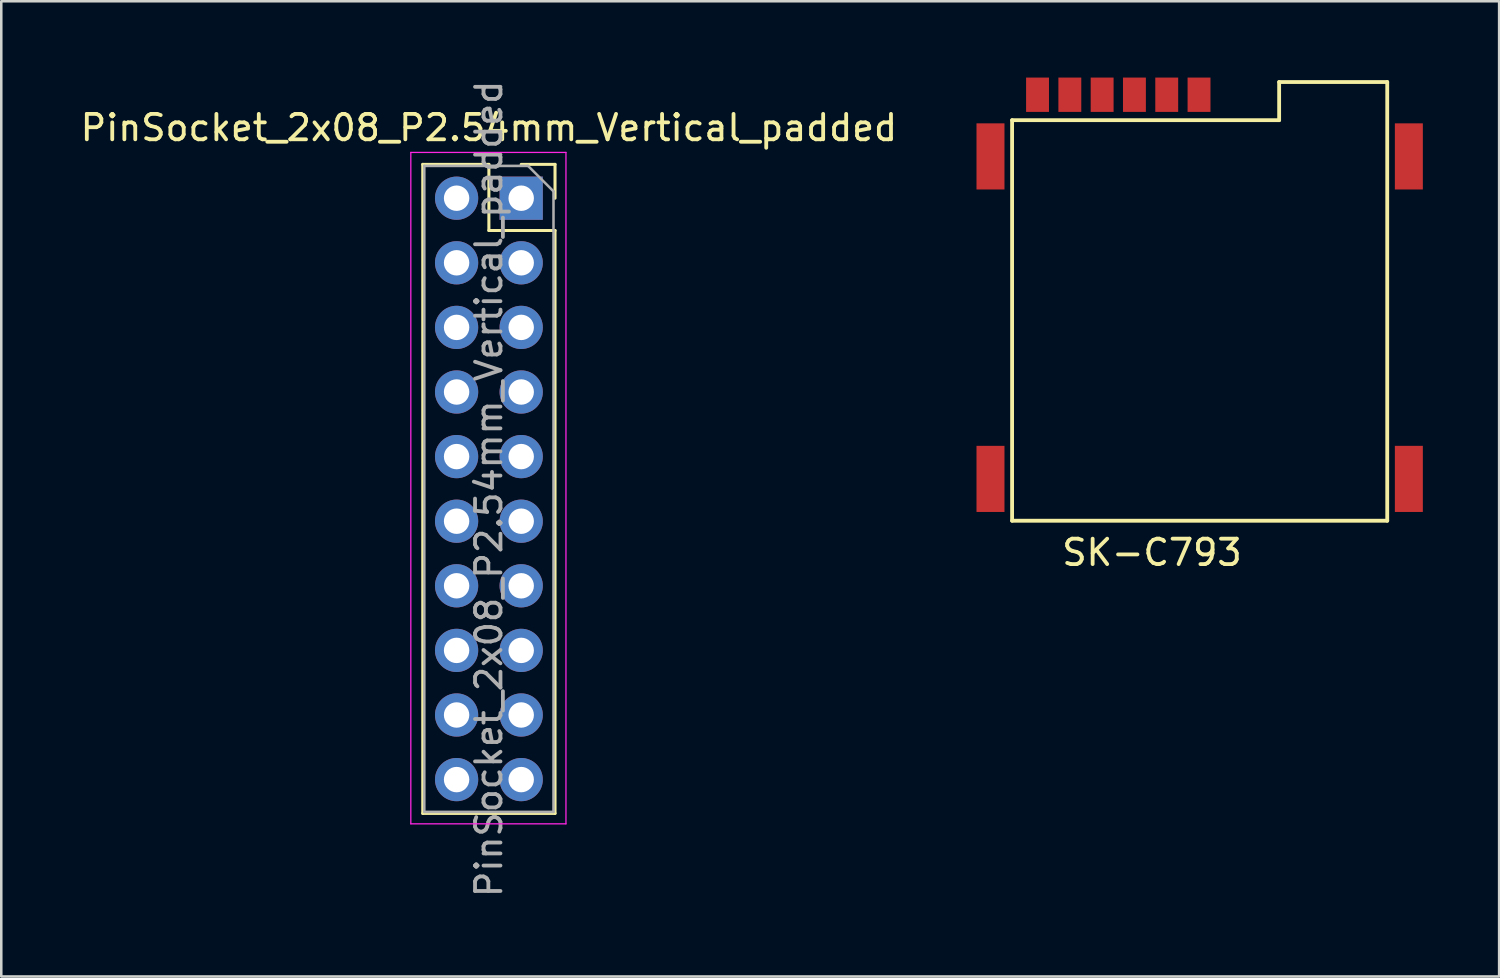
<source format=kicad_pcb>
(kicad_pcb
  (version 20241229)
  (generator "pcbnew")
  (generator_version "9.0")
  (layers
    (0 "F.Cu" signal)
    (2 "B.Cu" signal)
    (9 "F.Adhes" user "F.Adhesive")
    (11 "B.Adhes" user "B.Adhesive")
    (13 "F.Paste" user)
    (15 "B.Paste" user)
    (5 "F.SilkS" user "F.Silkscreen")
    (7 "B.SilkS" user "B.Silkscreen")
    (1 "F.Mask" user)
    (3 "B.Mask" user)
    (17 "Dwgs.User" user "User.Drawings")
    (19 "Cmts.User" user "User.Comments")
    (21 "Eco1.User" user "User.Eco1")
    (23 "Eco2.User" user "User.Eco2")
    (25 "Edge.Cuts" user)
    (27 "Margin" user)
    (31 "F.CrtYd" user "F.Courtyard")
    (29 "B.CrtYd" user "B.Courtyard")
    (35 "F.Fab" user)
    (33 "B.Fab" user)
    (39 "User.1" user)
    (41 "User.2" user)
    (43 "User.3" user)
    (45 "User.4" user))
  (footprint "SK-C793"
    (layer "F.Cu")
    (at 43.995 9.175)
    (property "Reference" "SK-C793" (at -1.75 9.5 0) (layer "F.SilkS") (effects (font (size 1 1) (thickness 0.15))))
    (attr through_hole)
    (fp_line (start -7.25 -7.5) (end -7.25 8.25) (stroke (width 0.15) (type solid)) (layer "F.SilkS"))
    (fp_line (start -7.25 8.25) (end 7.5 8.25) (stroke (width 0.15) (type solid)) (layer "F.SilkS"))
    (fp_line (start 3.25 -9) (end 3.25 -7.5) (stroke (width 0.15) (type solid)) (layer "F.SilkS"))
    (fp_line (start 3.25 -7.5) (end -7.25 -7.5) (stroke (width 0.15) (type solid)) (layer "F.SilkS"))
    (fp_line (start 7.5 -9) (end 3.25 -9) (stroke (width 0.15) (type solid)) (layer "F.SilkS"))
    (fp_line (start 7.5 8.25) (end 7.5 -9) (stroke (width 0.15) (type solid)) (layer "F.SilkS"))
    (pad "1" smd rect (at -4.98 -8.5) (size 0.9 1.35) (layers "F.Cu" "F.Mask" "F.Paste"))
    (pad "2" smd rect (at -2.44 -8.5) (size 0.9 1.35) (layers "F.Cu" "F.Mask" "F.Paste"))
    (pad "3" smd rect (at 0.1 -8.5) (size 0.9 1.35) (layers "F.Cu" "F.Mask" "F.Paste"))
    (pad "5" smd rect (at -6.25 -8.5) (size 0.9 1.35) (layers "F.Cu" "F.Mask" "F.Paste"))
    (pad "6" smd rect (at -3.71 -8.5) (size 0.9 1.35) (layers "F.Cu" "F.Mask" "F.Paste"))
    (pad "7" smd rect (at -1.17 -8.5) (size 0.9 1.35) (layers "F.Cu" "F.Mask" "F.Paste"))
    (pad "8" smd rect (at 8.35 -6.075) (size 1.1 2.6) (layers "F.Cu" "F.Mask" "F.Paste"))
    (pad "9" smd rect (at 8.35 6.605) (size 1.1 2.6) (layers "F.Cu" "F.Mask" "F.Paste"))
    (pad "10" smd rect (at -8.1 6.605) (size 1.1 2.6) (layers "F.Cu" "F.Mask" "F.Paste"))
    (pad "11" smd rect (at -8.1 -6.075) (size 1.1 2.6) (layers "F.Cu" "F.Mask" "F.Paste")))
  (footprint "PinSocket_2x08_P2.54mm_Vertical_padded"
    (layer "F.Cu")
    (at 17.443 4.743)
    (property "Reference" "PinSocket_2x08_P2.54mm_Vertical_padded" (at -1.27 -2.77 0) (layer "F.SilkS") (effects (font (size 1 1) (thickness 0.15))))
    (attr through_hole)
    (fp_line (start -3.87 -1.33) (end -3.87 24.19) (stroke (width 0.12) (type solid)) (layer "F.SilkS"))
    (fp_line (start -3.87 -1.33) (end -1.27 -1.33) (stroke (width 0.12) (type solid)) (layer "F.SilkS"))
    (fp_line (start -3.87 24.19) (end 1.33 24.19) (stroke (width 0.12) (type solid)) (layer "F.SilkS"))
    (fp_line (start -1.27 -1.33) (end -1.27 1.27) (stroke (width 0.12) (type solid)) (layer "F.SilkS"))
    (fp_line (start -1.27 1.27) (end 1.33 1.27) (stroke (width 0.12) (type solid)) (layer "F.SilkS"))
    (fp_line (start 0 -1.33) (end 1.33 -1.33) (stroke (width 0.12) (type solid)) (layer "F.SilkS"))
    (fp_line (start 1.33 -1.33) (end 1.33 0) (stroke (width 0.12) (type solid)) (layer "F.SilkS"))
    (fp_line (start 1.33 1.27) (end 1.33 24.19) (stroke (width 0.12) (type solid)) (layer "F.SilkS"))
    (fp_line (start -4.34 -1.8) (end 1.76 -1.8) (stroke (width 0.05) (type solid)) (layer "F.CrtYd"))
    (fp_line (start -4.34 24.6) (end -4.34 -1.8) (stroke (width 0.05) (type solid)) (layer "F.CrtYd"))
    (fp_line (start 1.76 -1.8) (end 1.76 24.6) (stroke (width 0.05) (type solid)) (layer "F.CrtYd"))
    (fp_line (start 1.76 24.6) (end -4.34 24.6) (stroke (width 0.05) (type solid)) (layer "F.CrtYd"))
    (fp_line (start -3.81 -1.27) (end 0.27 -1.27) (stroke (width 0.1) (type solid)) (layer "F.Fab"))
    (fp_line (start -3.81 24.13) (end -3.81 -1.27) (stroke (width 0.1) (type solid)) (layer "F.Fab"))
    (fp_line (start 0.27 -1.27) (end 1.27 -0.27) (stroke (width 0.1) (type solid)) (layer "F.Fab"))
    (fp_line (start 1.27 -0.27) (end 1.27 24.13) (stroke (width 0.1) (type solid)) (layer "F.Fab"))
    (fp_line (start 1.27 24.13) (end -3.81 24.13) (stroke (width 0.1) (type solid)) (layer "F.Fab"))
    (fp_text user "${REFERENCE}" (at -1.27 11.43 90) (layer "F.Fab") (effects (font (size 1 1) (thickness 0.15))))
    (pad "" thru_hole oval (at -2.54 0) (size 1.7 1.7) (drill 1) (layers "*.Cu" "*.Mask"))
    (pad "" thru_hole oval (at -2.54 22.86) (size 1.7 1.7) (drill 1) (layers "*.Cu" "*.Mask"))
    (pad "" thru_hole rect (at 0 0) (size 1.7 1.7) (drill 1) (layers "*.Cu" "*.Mask"))
    (pad "" thru_hole oval (at 0 22.86) (size 1.7 1.7) (drill 1) (layers "*.Cu" "*.Mask"))
    (pad "1" thru_hole oval (at 0 2.54) (size 1.7 1.7) (drill 1) (layers "*.Cu" "*.Mask"))
    (pad "2" thru_hole oval (at -2.54 2.54) (size 1.7 1.7) (drill 1) (layers "*.Cu" "*.Mask"))
    (pad "3" thru_hole oval (at 0 5.08) (size 1.7 1.7) (drill 1) (layers "*.Cu" "*.Mask"))
    (pad "4" thru_hole oval (at -2.54 5.08) (size 1.7 1.7) (drill 1) (layers "*.Cu" "*.Mask"))
    (pad "5" thru_hole oval (at 0 7.62) (size 1.7 1.7) (drill 1) (layers "*.Cu" "*.Mask"))
    (pad "6" thru_hole oval (at -2.54 7.62) (size 1.7 1.7) (drill 1) (layers "*.Cu" "*.Mask"))
    (pad "7" thru_hole oval (at 0 10.16) (size 1.7 1.7) (drill 1) (layers "*.Cu" "*.Mask"))
    (pad "8" thru_hole oval (at -2.54 10.16) (size 1.7 1.7) (drill 1) (layers "*.Cu" "*.Mask"))
    (pad "9" thru_hole oval (at 0 12.7) (size 1.7 1.7) (drill 1) (layers "*.Cu" "*.Mask"))
    (pad "10" thru_hole oval (at -2.54 12.7) (size 1.7 1.7) (drill 1) (layers "*.Cu" "*.Mask"))
    (pad "11" thru_hole oval (at 0 15.24) (size 1.7 1.7) (drill 1) (layers "*.Cu" "*.Mask"))
    (pad "12" thru_hole oval (at -2.54 15.24) (size 1.7 1.7) (drill 1) (layers "*.Cu" "*.Mask"))
    (pad "13" thru_hole oval (at 0 17.78) (size 1.7 1.7) (drill 1) (layers "*.Cu" "*.Mask"))
    (pad "14" thru_hole oval (at -2.54 17.78) (size 1.7 1.7) (drill 1) (layers "*.Cu" "*.Mask"))
    (pad "15" thru_hole oval (at 0 20.32) (size 1.7 1.7) (drill 1) (layers "*.Cu" "*.Mask"))
    (pad "16" thru_hole oval (at -2.54 20.32) (size 1.7 1.7) (drill 1) (layers "*.Cu" "*.Mask")))
  (gr_rect
    (start -3 -3)
    (end 55.895 35.345)
    (stroke (width 0.1) (type default))
    (fill no)
    (layer "Edge.Cuts")))
</source>
